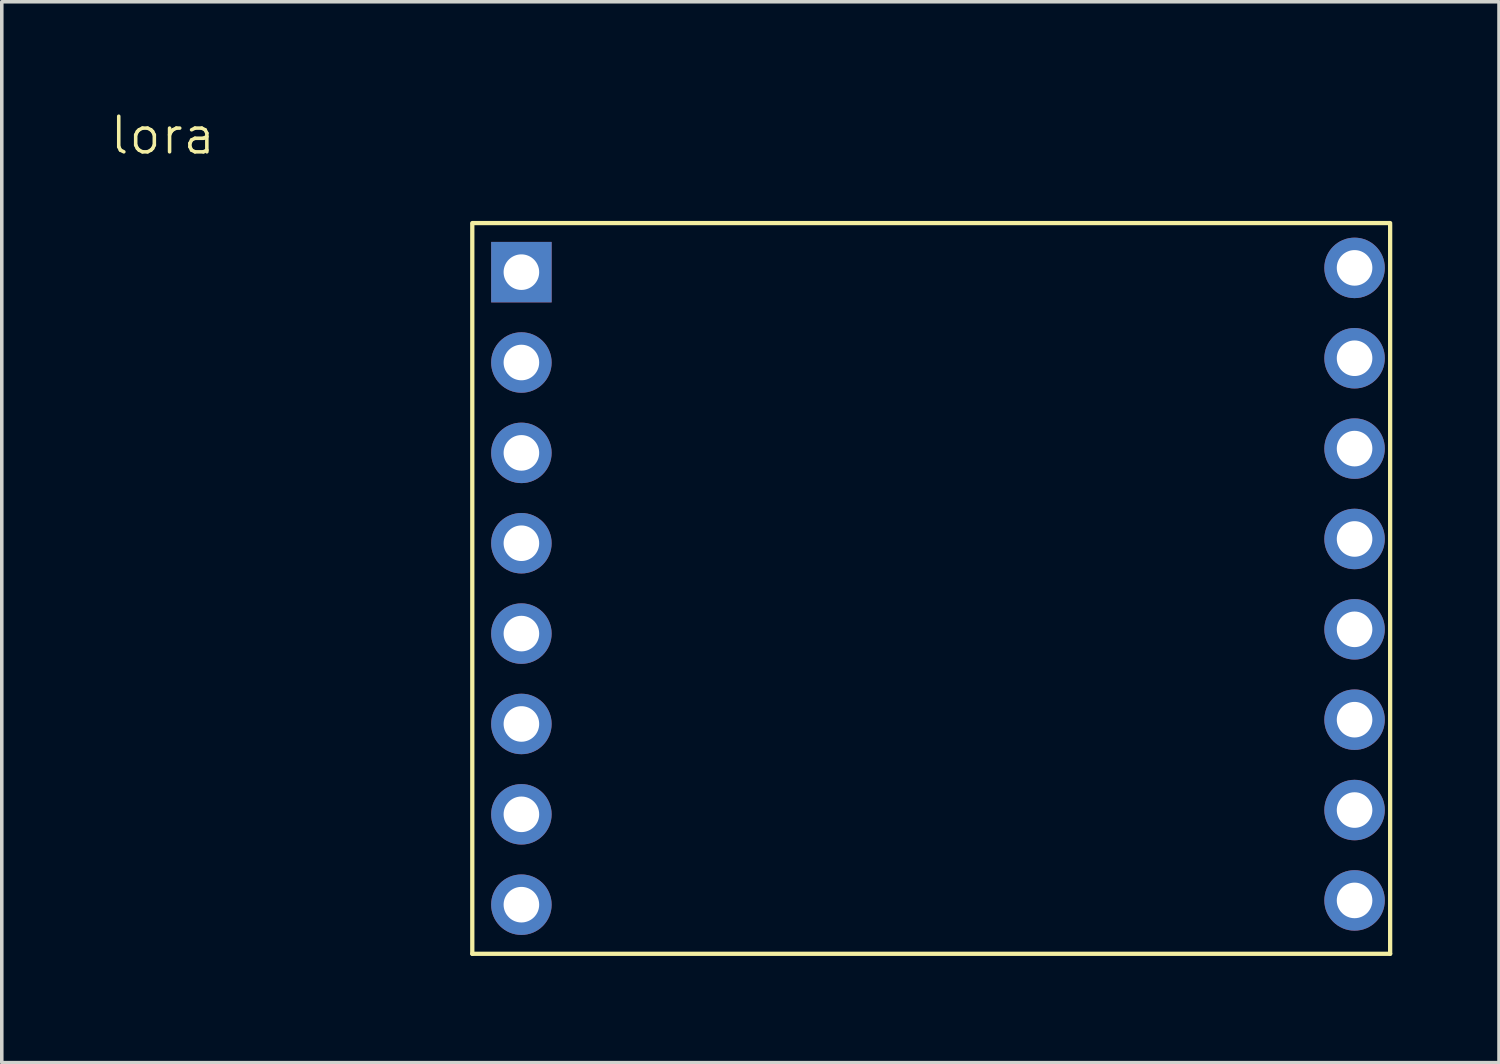
<source format=kicad_pcb>
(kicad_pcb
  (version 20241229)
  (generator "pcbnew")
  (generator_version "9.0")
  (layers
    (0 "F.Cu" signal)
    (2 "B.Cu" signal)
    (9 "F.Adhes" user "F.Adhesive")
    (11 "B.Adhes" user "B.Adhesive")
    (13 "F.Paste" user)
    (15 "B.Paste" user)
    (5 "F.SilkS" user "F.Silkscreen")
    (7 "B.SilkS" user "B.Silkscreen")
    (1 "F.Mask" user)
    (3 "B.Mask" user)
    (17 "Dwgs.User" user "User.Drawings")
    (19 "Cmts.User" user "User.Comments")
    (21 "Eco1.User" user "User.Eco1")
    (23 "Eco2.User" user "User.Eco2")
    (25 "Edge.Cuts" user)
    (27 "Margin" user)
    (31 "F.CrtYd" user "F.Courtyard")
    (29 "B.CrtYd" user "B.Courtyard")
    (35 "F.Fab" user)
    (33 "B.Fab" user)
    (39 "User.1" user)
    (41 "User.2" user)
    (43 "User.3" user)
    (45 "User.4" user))
  (footprint "lora"
    (layer "F.Cu")
    (at 1.526 1.26)
    (property "Reference" "lora" (at 0 -0.5 0) (unlocked yes) (layer "F.SilkS") (effects (font (size 1 1) (thickness 0.1))))
    (attr smd)
    (fp_line (start 8.7 1.96) (end 34.5 1.96) (stroke (width 0.12) (type solid)) (layer "F.SilkS"))
    (fp_line (start 8.7 2) (end 8.7 22.5) (stroke (width 0.12) (type solid)) (layer "F.SilkS"))
    (fp_line (start 8.7 22.5) (end 34.5 22.5) (stroke (width 0.12) (type solid)) (layer "F.SilkS"))
    (fp_line (start 34.5 2) (end 34.5 22.5) (stroke (width 0.12) (type solid)) (layer "F.SilkS"))
    (pad "1" thru_hole rect (at 10.08 3.34) (size 1.7 1.7) (drill 1) (layers "*.Cu" "*.Mask"))
    (pad "2" thru_hole circle (at 10.08 5.88) (size 1.7 1.7) (drill 1) (layers "*.Cu" "*.Mask"))
    (pad "3" thru_hole circle (at 10.08 8.42) (size 1.7 1.7) (drill 1) (layers "*.Cu" "*.Mask"))
    (pad "4" thru_hole circle (at 10.08 10.96) (size 1.7 1.7) (drill 1) (layers "*.Cu" "*.Mask"))
    (pad "5" thru_hole circle (at 10.08 13.5) (size 1.7 1.7) (drill 1) (layers "*.Cu" "*.Mask"))
    (pad "6" thru_hole circle (at 10.08 16.04) (size 1.7 1.7) (drill 1) (layers "*.Cu" "*.Mask"))
    (pad "7" thru_hole circle (at 10.08 18.58) (size 1.7 1.7) (drill 1) (layers "*.Cu" "*.Mask"))
    (pad "8" thru_hole circle (at 10.08 21.12) (size 1.7 1.7) (drill 1) (layers "*.Cu" "*.Mask"))
    (pad "9" thru_hole circle (at 33.5 21) (size 1.7 1.7) (drill 1) (layers "*.Cu" "*.Mask"))
    (pad "10" thru_hole circle (at 33.5 18.46) (size 1.7 1.7) (drill 1) (layers "*.Cu" "*.Mask"))
    (pad "11" thru_hole circle (at 33.5 15.92) (size 1.7 1.7) (drill 1) (layers "*.Cu" "*.Mask"))
    (pad "12" thru_hole circle (at 33.5 13.38) (size 1.7 1.7) (drill 1) (layers "*.Cu" "*.Mask"))
    (pad "13" thru_hole circle (at 33.5 10.84) (size 1.7 1.7) (drill 1) (layers "*.Cu" "*.Mask"))
    (pad "14" thru_hole circle (at 33.5 8.3) (size 1.7 1.7) (drill 1) (layers "*.Cu" "*.Mask"))
    (pad "15" thru_hole circle (at 33.5 5.76) (size 1.7 1.7) (drill 1) (layers "*.Cu" "*.Mask"))
    (pad "16" thru_hole circle (at 33.5 3.22) (size 1.7 1.7) (drill 1) (layers "*.Cu" "*.Mask")))
  (gr_rect
    (start -3 -3)
    (end 39.086 26.82)
    (stroke (width 0.1) (type default))
    (fill no)
    (layer "Edge.Cuts")))
</source>
